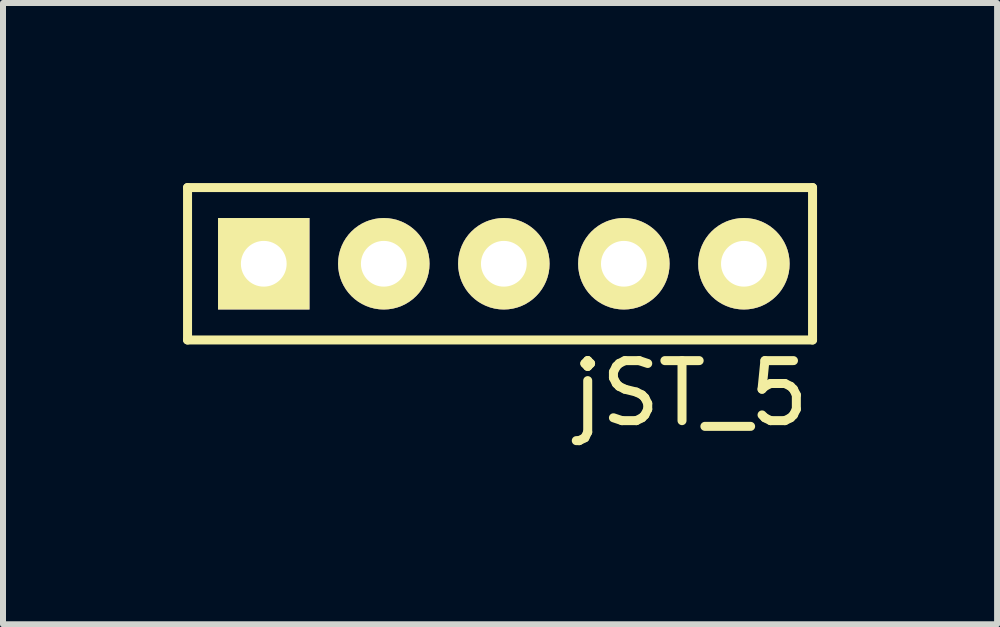
<source format=kicad_pcb>
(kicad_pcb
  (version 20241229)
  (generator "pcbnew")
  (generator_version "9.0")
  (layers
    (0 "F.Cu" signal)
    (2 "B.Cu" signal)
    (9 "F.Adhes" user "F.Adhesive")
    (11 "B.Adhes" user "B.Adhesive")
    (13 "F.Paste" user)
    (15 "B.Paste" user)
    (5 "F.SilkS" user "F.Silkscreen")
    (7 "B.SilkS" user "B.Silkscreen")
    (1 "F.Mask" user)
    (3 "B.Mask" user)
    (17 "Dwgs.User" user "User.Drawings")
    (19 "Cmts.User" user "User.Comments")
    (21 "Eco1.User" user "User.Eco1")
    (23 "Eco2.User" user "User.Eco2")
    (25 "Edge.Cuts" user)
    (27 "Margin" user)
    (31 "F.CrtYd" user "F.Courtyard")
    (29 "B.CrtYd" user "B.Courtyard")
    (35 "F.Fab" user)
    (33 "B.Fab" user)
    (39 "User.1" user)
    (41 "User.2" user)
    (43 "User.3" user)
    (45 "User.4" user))
  (footprint "jST_5"
    (layer "F.Cu")
    (at 1.345 1.345)
    (property "Reference" "jST_5" (at 7.112 2.159 0) (layer "F.SilkS") (effects (font (size 1 1) (thickness 0.15))))
    (attr through_hole)
    (fp_line (start -1.27 -1.27) (end 9.144 -1.27) (stroke (width 0.15) (type solid)) (layer "F.SilkS"))
    (fp_line (start -1.27 1.27) (end -1.27 -1.27) (stroke (width 0.15) (type solid)) (layer "F.SilkS"))
    (fp_line (start 9.144 -1.27) (end 9.144 1.27) (stroke (width 0.15) (type solid)) (layer "F.SilkS"))
    (fp_line (start 9.144 1.27) (end -1.27 1.27) (stroke (width 0.15) (type solid)) (layer "F.SilkS"))
    (pad "1" thru_hole rect (at 0 0) (size 1.524 1.524) (drill 0.762) (layers "*.Cu" "*.Mask" "F.SilkS"))
    (pad "2" thru_hole circle (at 2 0) (size 1.524 1.524) (drill 0.762) (layers "*.Cu" "*.Mask" "F.SilkS"))
    (pad "3" thru_hole circle (at 4 0) (size 1.524 1.524) (drill 0.762) (layers "*.Cu" "*.Mask" "F.SilkS"))
    (pad "4" thru_hole circle (at 6 0) (size 1.524 1.524) (drill 0.762) (layers "*.Cu" "*.Mask" "F.SilkS"))
    (pad "5" thru_hole circle (at 8 0) (size 1.524 1.524) (drill 0.762) (layers "*.Cu" "*.Mask" "F.SilkS")))
  (gr_rect
    (start -3 -3)
    (end 13.564 7.352)
    (stroke (width 0.1) (type default))
    (fill no)
    (layer "Edge.Cuts")))
</source>
